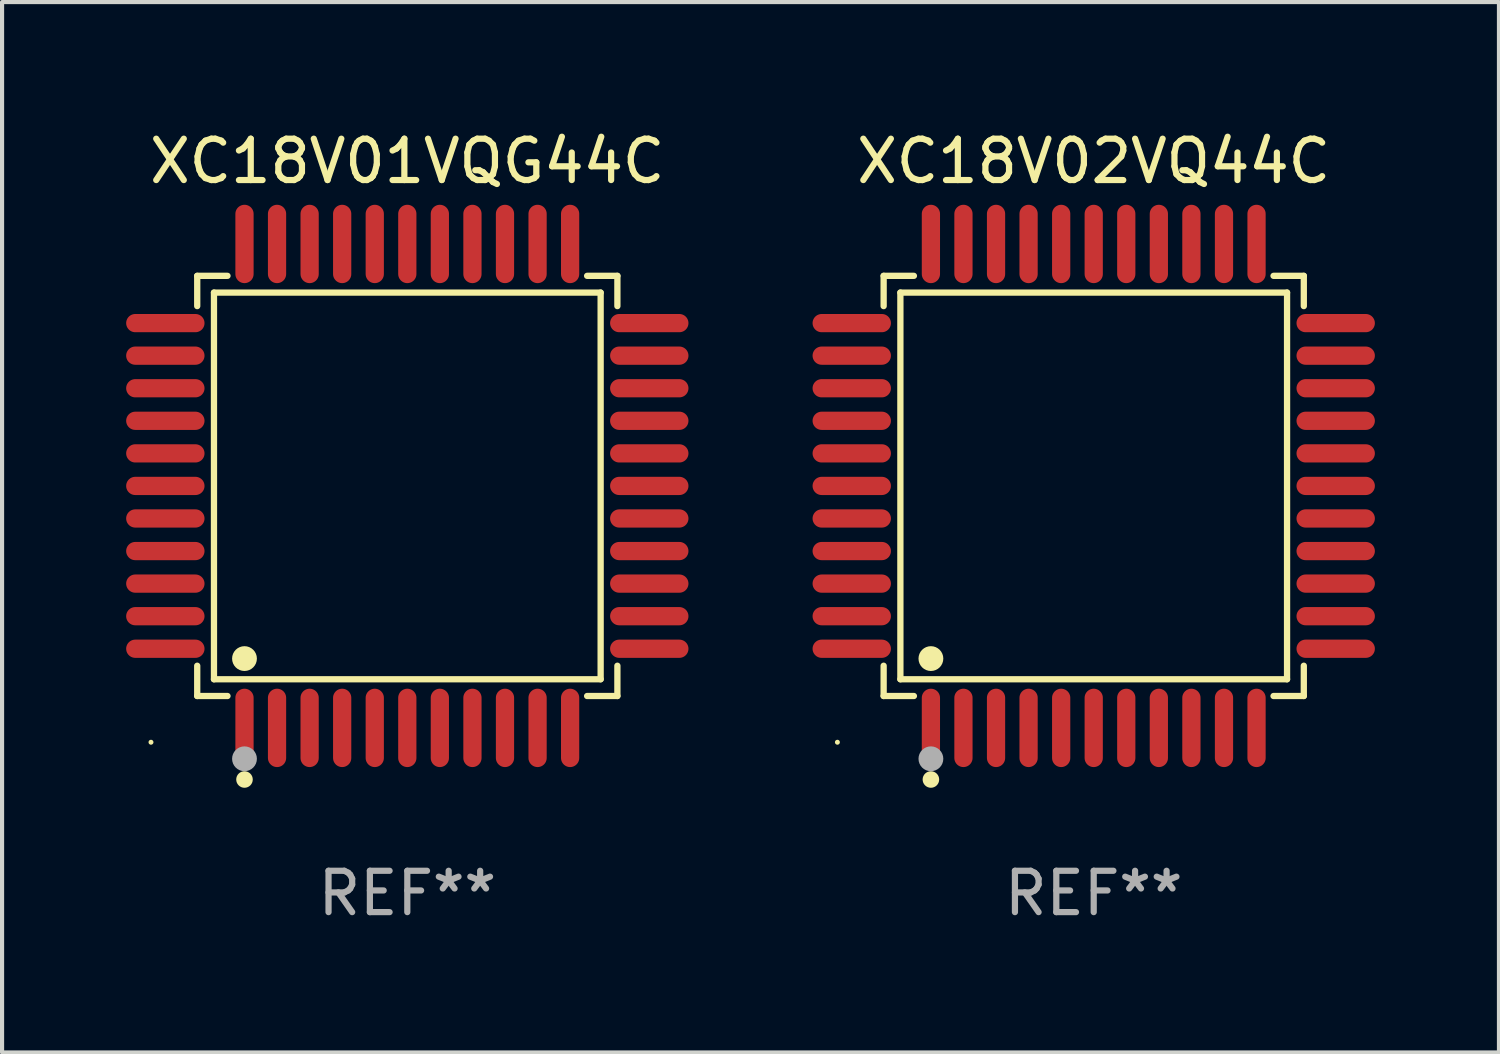
<source format=kicad_pcb>
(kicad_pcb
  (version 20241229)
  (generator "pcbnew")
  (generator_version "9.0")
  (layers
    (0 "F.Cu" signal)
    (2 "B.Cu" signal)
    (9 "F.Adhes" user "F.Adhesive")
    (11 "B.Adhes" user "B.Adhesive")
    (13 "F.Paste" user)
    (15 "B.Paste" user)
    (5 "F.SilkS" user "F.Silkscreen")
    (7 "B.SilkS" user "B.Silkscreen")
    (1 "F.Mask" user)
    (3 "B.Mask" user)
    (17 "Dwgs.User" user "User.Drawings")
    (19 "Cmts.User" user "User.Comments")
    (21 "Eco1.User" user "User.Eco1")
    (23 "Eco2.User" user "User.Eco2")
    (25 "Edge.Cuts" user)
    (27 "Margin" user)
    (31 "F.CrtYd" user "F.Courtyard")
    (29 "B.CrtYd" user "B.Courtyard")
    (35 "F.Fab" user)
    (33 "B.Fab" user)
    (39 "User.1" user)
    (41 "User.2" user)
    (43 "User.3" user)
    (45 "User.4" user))
  (footprint "XC18V02VQ44C"
    (layer "F.Cu")
    (at 23.397 8.7)
    (property "Reference" "XC18V02VQ44C" (at 0 -7.851 0) (layer "F.SilkS") (effects (font (size 1 1) (thickness 0.15))))
    (attr through_hole)
    (fp_line (start -5.08 -5.08) (end -4.348 -5.08) (stroke (width 0.152) (type solid)) (layer "F.SilkS"))
    (fp_line (start -5.08 -4.348) (end -5.08 -5.08) (stroke (width 0.152) (type solid)) (layer "F.SilkS"))
    (fp_line (start -5.08 4.348) (end -5.08 5.08) (stroke (width 0.152) (type solid)) (layer "F.SilkS"))
    (fp_line (start -5.08 5.08) (end -4.348 5.08) (stroke (width 0.152) (type solid)) (layer "F.SilkS"))
    (fp_line (start -4.675 -4.675) (end 4.675 -4.675) (stroke (width 0.152) (type solid)) (layer "F.SilkS"))
    (fp_line (start -4.675 4.675) (end -4.675 -4.675) (stroke (width 0.152) (type solid)) (layer "F.SilkS"))
    (fp_line (start 4.675 -4.675) (end 4.675 4.675) (stroke (width 0.152) (type solid)) (layer "F.SilkS"))
    (fp_line (start 4.675 4.675) (end -4.675 4.675) (stroke (width 0.152) (type solid)) (layer "F.SilkS"))
    (fp_line (start 5.08 -5.08) (end 4.348 -5.08) (stroke (width 0.152) (type solid)) (layer "F.SilkS"))
    (fp_line (start 5.08 -4.348) (end 5.08 -5.08) (stroke (width 0.152) (type solid)) (layer "F.SilkS"))
    (fp_line (start 5.08 4.348) (end 5.08 5.08) (stroke (width 0.152) (type solid)) (layer "F.SilkS"))
    (fp_line (start 5.08 5.08) (end 4.348 5.08) (stroke (width 0.152) (type solid)) (layer "F.SilkS"))
    (fp_circle (center -6.198 6.198) (end -6.168 6.198) (stroke (width 0.06) (type solid)) (fill no) (layer "F.SilkS"))
    (fp_circle (center -3.937 4.175) (end -3.787 4.175) (stroke (width 0.3) (type solid)) (fill no) (layer "F.SilkS"))
    (fp_circle (center -3.937 7.099) (end -3.837 7.099) (stroke (width 0.2) (type solid)) (fill no) (layer "F.SilkS"))
    (fp_circle (center -3.937 6.598) (end -3.787 6.598) (stroke (width 0.3) (type solid)) (fill no) (layer "F.Fab"))
    (fp_text user "REF**" (at 0 9.851 0) (layer "F.Fab") (effects (font (size 1 1) (thickness 0.15))))
    (pad "1" smd oval (at -3.937 5.851) (size 0.441 1.895) (layers "F.Cu" "F.Mask" "F.Paste"))
    (pad "2" smd oval (at -3.15 5.851) (size 0.441 1.895) (layers "F.Cu" "F.Mask" "F.Paste"))
    (pad "3" smd oval (at -2.362 5.851) (size 0.441 1.895) (layers "F.Cu" "F.Mask" "F.Paste"))
    (pad "4" smd oval (at -1.575 5.851) (size 0.441 1.895) (layers "F.Cu" "F.Mask" "F.Paste"))
    (pad "5" smd oval (at -0.787 5.851) (size 0.441 1.895) (layers "F.Cu" "F.Mask" "F.Paste"))
    (pad "6" smd oval (at 0 5.851) (size 0.441 1.895) (layers "F.Cu" "F.Mask" "F.Paste"))
    (pad "7" smd oval (at 0.787 5.851) (size 0.441 1.895) (layers "F.Cu" "F.Mask" "F.Paste"))
    (pad "8" smd oval (at 1.575 5.851) (size 0.441 1.895) (layers "F.Cu" "F.Mask" "F.Paste"))
    (pad "9" smd oval (at 2.362 5.851) (size 0.441 1.895) (layers "F.Cu" "F.Mask" "F.Paste"))
    (pad "10" smd oval (at 3.15 5.851) (size 0.441 1.895) (layers "F.Cu" "F.Mask" "F.Paste"))
    (pad "11" smd oval (at 3.937 5.851) (size 0.441 1.895) (layers "F.Cu" "F.Mask" "F.Paste"))
    (pad "12" smd oval (at 5.851 3.937) (size 1.895 0.441) (layers "F.Cu" "F.Mask" "F.Paste"))
    (pad "13" smd oval (at 5.851 3.15) (size 1.895 0.441) (layers "F.Cu" "F.Mask" "F.Paste"))
    (pad "14" smd oval (at 5.851 2.362) (size 1.895 0.441) (layers "F.Cu" "F.Mask" "F.Paste"))
    (pad "15" smd oval (at 5.851 1.575) (size 1.895 0.441) (layers "F.Cu" "F.Mask" "F.Paste"))
    (pad "16" smd oval (at 5.851 0.787) (size 1.895 0.441) (layers "F.Cu" "F.Mask" "F.Paste"))
    (pad "17" smd oval (at 5.851 0) (size 1.895 0.441) (layers "F.Cu" "F.Mask" "F.Paste"))
    (pad "18" smd oval (at 5.851 -0.787) (size 1.895 0.441) (layers "F.Cu" "F.Mask" "F.Paste"))
    (pad "19" smd oval (at 5.851 -1.575) (size 1.895 0.441) (layers "F.Cu" "F.Mask" "F.Paste"))
    (pad "20" smd oval (at 5.851 -2.362) (size 1.895 0.441) (layers "F.Cu" "F.Mask" "F.Paste"))
    (pad "21" smd oval (at 5.851 -3.15) (size 1.895 0.441) (layers "F.Cu" "F.Mask" "F.Paste"))
    (pad "22" smd oval (at 5.851 -3.937) (size 1.895 0.441) (layers "F.Cu" "F.Mask" "F.Paste"))
    (pad "23" smd oval (at 3.937 -5.851) (size 0.441 1.895) (layers "F.Cu" "F.Mask" "F.Paste"))
    (pad "24" smd oval (at 3.15 -5.851) (size 0.441 1.895) (layers "F.Cu" "F.Mask" "F.Paste"))
    (pad "25" smd oval (at 2.362 -5.851) (size 0.441 1.895) (layers "F.Cu" "F.Mask" "F.Paste"))
    (pad "26" smd oval (at 1.575 -5.851) (size 0.441 1.895) (layers "F.Cu" "F.Mask" "F.Paste"))
    (pad "27" smd oval (at 0.787 -5.851) (size 0.441 1.895) (layers "F.Cu" "F.Mask" "F.Paste"))
    (pad "28" smd oval (at 0 -5.851) (size 0.441 1.895) (layers "F.Cu" "F.Mask" "F.Paste"))
    (pad "29" smd oval (at -0.787 -5.851) (size 0.441 1.895) (layers "F.Cu" "F.Mask" "F.Paste"))
    (pad "30" smd oval (at -1.575 -5.851) (size 0.441 1.895) (layers "F.Cu" "F.Mask" "F.Paste"))
    (pad "31" smd oval (at -2.362 -5.851) (size 0.441 1.895) (layers "F.Cu" "F.Mask" "F.Paste"))
    (pad "32" smd oval (at -3.15 -5.851) (size 0.441 1.895) (layers "F.Cu" "F.Mask" "F.Paste"))
    (pad "33" smd oval (at -3.937 -5.851) (size 0.441 1.895) (layers "F.Cu" "F.Mask" "F.Paste"))
    (pad "34" smd oval (at -5.851 -3.937) (size 1.895 0.441) (layers "F.Cu" "F.Mask" "F.Paste"))
    (pad "35" smd oval (at -5.851 -3.15) (size 1.895 0.441) (layers "F.Cu" "F.Mask" "F.Paste"))
    (pad "36" smd oval (at -5.851 -2.362) (size 1.895 0.441) (layers "F.Cu" "F.Mask" "F.Paste"))
    (pad "37" smd oval (at -5.851 -1.575) (size 1.895 0.441) (layers "F.Cu" "F.Mask" "F.Paste"))
    (pad "38" smd oval (at -5.851 -0.787) (size 1.895 0.441) (layers "F.Cu" "F.Mask" "F.Paste"))
    (pad "39" smd oval (at -5.851 0) (size 1.895 0.441) (layers "F.Cu" "F.Mask" "F.Paste"))
    (pad "40" smd oval (at -5.851 0.787) (size 1.895 0.441) (layers "F.Cu" "F.Mask" "F.Paste"))
    (pad "41" smd oval (at -5.851 1.575) (size 1.895 0.441) (layers "F.Cu" "F.Mask" "F.Paste"))
    (pad "42" smd oval (at -5.851 2.362) (size 1.895 0.441) (layers "F.Cu" "F.Mask" "F.Paste"))
    (pad "43" smd oval (at -5.851 3.15) (size 1.895 0.441) (layers "F.Cu" "F.Mask" "F.Paste"))
    (pad "44" smd oval (at -5.851 3.937) (size 1.895 0.441) (layers "F.Cu" "F.Mask" "F.Paste")))
  (footprint "XC18V01VQG44C"
    (layer "F.Cu")
    (at 6.799 8.7)
    (property "Reference" "XC18V01VQG44C" (at 0 -7.851 0) (layer "F.SilkS") (effects (font (size 1 1) (thickness 0.15))))
    (attr through_hole)
    (fp_line (start -5.08 -5.08) (end -4.348 -5.08) (stroke (width 0.152) (type solid)) (layer "F.SilkS"))
    (fp_line (start -5.08 -4.348) (end -5.08 -5.08) (stroke (width 0.152) (type solid)) (layer "F.SilkS"))
    (fp_line (start -5.08 4.348) (end -5.08 5.08) (stroke (width 0.152) (type solid)) (layer "F.SilkS"))
    (fp_line (start -5.08 5.08) (end -4.348 5.08) (stroke (width 0.152) (type solid)) (layer "F.SilkS"))
    (fp_line (start -4.675 -4.675) (end 4.675 -4.675) (stroke (width 0.152) (type solid)) (layer "F.SilkS"))
    (fp_line (start -4.675 4.675) (end -4.675 -4.675) (stroke (width 0.152) (type solid)) (layer "F.SilkS"))
    (fp_line (start 4.675 -4.675) (end 4.675 4.675) (stroke (width 0.152) (type solid)) (layer "F.SilkS"))
    (fp_line (start 4.675 4.675) (end -4.675 4.675) (stroke (width 0.152) (type solid)) (layer "F.SilkS"))
    (fp_line (start 5.08 -5.08) (end 4.348 -5.08) (stroke (width 0.152) (type solid)) (layer "F.SilkS"))
    (fp_line (start 5.08 -4.348) (end 5.08 -5.08) (stroke (width 0.152) (type solid)) (layer "F.SilkS"))
    (fp_line (start 5.08 4.348) (end 5.08 5.08) (stroke (width 0.152) (type solid)) (layer "F.SilkS"))
    (fp_line (start 5.08 5.08) (end 4.348 5.08) (stroke (width 0.152) (type solid)) (layer "F.SilkS"))
    (fp_circle (center -6.198 6.198) (end -6.168 6.198) (stroke (width 0.06) (type solid)) (fill no) (layer "F.SilkS"))
    (fp_circle (center -3.937 4.175) (end -3.787 4.175) (stroke (width 0.3) (type solid)) (fill no) (layer "F.SilkS"))
    (fp_circle (center -3.937 7.099) (end -3.837 7.099) (stroke (width 0.2) (type solid)) (fill no) (layer "F.SilkS"))
    (fp_circle (center -3.937 6.598) (end -3.787 6.598) (stroke (width 0.3) (type solid)) (fill no) (layer "F.Fab"))
    (fp_text user "REF**" (at 0 9.851 0) (layer "F.Fab") (effects (font (size 1 1) (thickness 0.15))))
    (pad "1" smd oval (at -3.937 5.851) (size 0.441 1.895) (layers "F.Cu" "F.Mask" "F.Paste"))
    (pad "2" smd oval (at -3.15 5.851) (size 0.441 1.895) (layers "F.Cu" "F.Mask" "F.Paste"))
    (pad "3" smd oval (at -2.362 5.851) (size 0.441 1.895) (layers "F.Cu" "F.Mask" "F.Paste"))
    (pad "4" smd oval (at -1.575 5.851) (size 0.441 1.895) (layers "F.Cu" "F.Mask" "F.Paste"))
    (pad "5" smd oval (at -0.787 5.851) (size 0.441 1.895) (layers "F.Cu" "F.Mask" "F.Paste"))
    (pad "6" smd oval (at 0 5.851) (size 0.441 1.895) (layers "F.Cu" "F.Mask" "F.Paste"))
    (pad "7" smd oval (at 0.787 5.851) (size 0.441 1.895) (layers "F.Cu" "F.Mask" "F.Paste"))
    (pad "8" smd oval (at 1.575 5.851) (size 0.441 1.895) (layers "F.Cu" "F.Mask" "F.Paste"))
    (pad "9" smd oval (at 2.362 5.851) (size 0.441 1.895) (layers "F.Cu" "F.Mask" "F.Paste"))
    (pad "10" smd oval (at 3.15 5.851) (size 0.441 1.895) (layers "F.Cu" "F.Mask" "F.Paste"))
    (pad "11" smd oval (at 3.937 5.851) (size 0.441 1.895) (layers "F.Cu" "F.Mask" "F.Paste"))
    (pad "12" smd oval (at 5.851 3.937) (size 1.895 0.441) (layers "F.Cu" "F.Mask" "F.Paste"))
    (pad "13" smd oval (at 5.851 3.15) (size 1.895 0.441) (layers "F.Cu" "F.Mask" "F.Paste"))
    (pad "14" smd oval (at 5.851 2.362) (size 1.895 0.441) (layers "F.Cu" "F.Mask" "F.Paste"))
    (pad "15" smd oval (at 5.851 1.575) (size 1.895 0.441) (layers "F.Cu" "F.Mask" "F.Paste"))
    (pad "16" smd oval (at 5.851 0.787) (size 1.895 0.441) (layers "F.Cu" "F.Mask" "F.Paste"))
    (pad "17" smd oval (at 5.851 0) (size 1.895 0.441) (layers "F.Cu" "F.Mask" "F.Paste"))
    (pad "18" smd oval (at 5.851 -0.787) (size 1.895 0.441) (layers "F.Cu" "F.Mask" "F.Paste"))
    (pad "19" smd oval (at 5.851 -1.575) (size 1.895 0.441) (layers "F.Cu" "F.Mask" "F.Paste"))
    (pad "20" smd oval (at 5.851 -2.362) (size 1.895 0.441) (layers "F.Cu" "F.Mask" "F.Paste"))
    (pad "21" smd oval (at 5.851 -3.15) (size 1.895 0.441) (layers "F.Cu" "F.Mask" "F.Paste"))
    (pad "22" smd oval (at 5.851 -3.937) (size 1.895 0.441) (layers "F.Cu" "F.Mask" "F.Paste"))
    (pad "23" smd oval (at 3.937 -5.851) (size 0.441 1.895) (layers "F.Cu" "F.Mask" "F.Paste"))
    (pad "24" smd oval (at 3.15 -5.851) (size 0.441 1.895) (layers "F.Cu" "F.Mask" "F.Paste"))
    (pad "25" smd oval (at 2.362 -5.851) (size 0.441 1.895) (layers "F.Cu" "F.Mask" "F.Paste"))
    (pad "26" smd oval (at 1.575 -5.851) (size 0.441 1.895) (layers "F.Cu" "F.Mask" "F.Paste"))
    (pad "27" smd oval (at 0.787 -5.851) (size 0.441 1.895) (layers "F.Cu" "F.Mask" "F.Paste"))
    (pad "28" smd oval (at 0 -5.851) (size 0.441 1.895) (layers "F.Cu" "F.Mask" "F.Paste"))
    (pad "29" smd oval (at -0.787 -5.851) (size 0.441 1.895) (layers "F.Cu" "F.Mask" "F.Paste"))
    (pad "30" smd oval (at -1.575 -5.851) (size 0.441 1.895) (layers "F.Cu" "F.Mask" "F.Paste"))
    (pad "31" smd oval (at -2.362 -5.851) (size 0.441 1.895) (layers "F.Cu" "F.Mask" "F.Paste"))
    (pad "32" smd oval (at -3.15 -5.851) (size 0.441 1.895) (layers "F.Cu" "F.Mask" "F.Paste"))
    (pad "33" smd oval (at -3.937 -5.851) (size 0.441 1.895) (layers "F.Cu" "F.Mask" "F.Paste"))
    (pad "34" smd oval (at -5.851 -3.937) (size 1.895 0.441) (layers "F.Cu" "F.Mask" "F.Paste"))
    (pad "35" smd oval (at -5.851 -3.15) (size 1.895 0.441) (layers "F.Cu" "F.Mask" "F.Paste"))
    (pad "36" smd oval (at -5.851 -2.362) (size 1.895 0.441) (layers "F.Cu" "F.Mask" "F.Paste"))
    (pad "37" smd oval (at -5.851 -1.575) (size 1.895 0.441) (layers "F.Cu" "F.Mask" "F.Paste"))
    (pad "38" smd oval (at -5.851 -0.787) (size 1.895 0.441) (layers "F.Cu" "F.Mask" "F.Paste"))
    (pad "39" smd oval (at -5.851 0) (size 1.895 0.441) (layers "F.Cu" "F.Mask" "F.Paste"))
    (pad "40" smd oval (at -5.851 0.787) (size 1.895 0.441) (layers "F.Cu" "F.Mask" "F.Paste"))
    (pad "41" smd oval (at -5.851 1.575) (size 1.895 0.441) (layers "F.Cu" "F.Mask" "F.Paste"))
    (pad "42" smd oval (at -5.851 2.362) (size 1.895 0.441) (layers "F.Cu" "F.Mask" "F.Paste"))
    (pad "43" smd oval (at -5.851 3.15) (size 1.895 0.441) (layers "F.Cu" "F.Mask" "F.Paste"))
    (pad "44" smd oval (at -5.851 3.937) (size 1.895 0.441) (layers "F.Cu" "F.Mask" "F.Paste")))
  (gr_rect
    (start -3 -3)
    (end 33.196 22.399)
    (stroke (width 0.1) (type default))
    (fill no)
    (layer "Edge.Cuts")))
</source>
